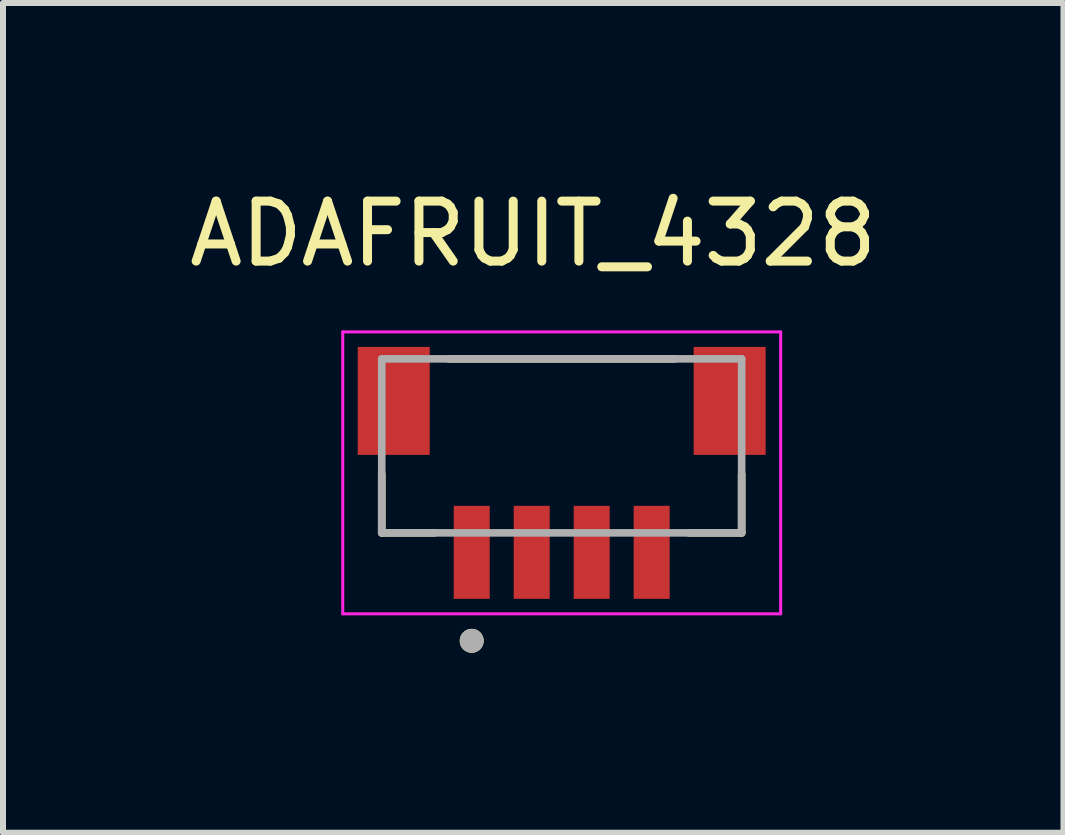
<source format=kicad_pcb>
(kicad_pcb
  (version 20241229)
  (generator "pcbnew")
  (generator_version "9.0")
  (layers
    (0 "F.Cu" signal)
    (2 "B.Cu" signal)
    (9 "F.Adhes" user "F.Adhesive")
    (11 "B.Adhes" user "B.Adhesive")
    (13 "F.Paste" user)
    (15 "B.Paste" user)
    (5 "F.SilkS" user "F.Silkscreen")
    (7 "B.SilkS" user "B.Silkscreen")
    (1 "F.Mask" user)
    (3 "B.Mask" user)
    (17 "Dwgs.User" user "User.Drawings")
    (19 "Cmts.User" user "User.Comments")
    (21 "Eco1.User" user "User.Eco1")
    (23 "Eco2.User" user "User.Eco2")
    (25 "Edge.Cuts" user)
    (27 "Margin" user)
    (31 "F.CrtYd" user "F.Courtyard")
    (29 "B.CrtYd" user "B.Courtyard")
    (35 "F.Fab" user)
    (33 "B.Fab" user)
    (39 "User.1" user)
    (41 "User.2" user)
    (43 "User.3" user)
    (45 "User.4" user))
  (footprint "ADAFRUIT_4328"
    (layer "F.Cu")
    (at 6.314 4.383)
    (property "Reference" "ADAFRUIT_4328" (at -0.475 -3.535 0) (layer "F.SilkS") (effects (font (size 1 1) (thickness 0.15))))
    (attr smd)
    (fp_line (start -3 1.45) (end -3 0.47) (stroke (width 0.127) (type solid)) (layer "F.SilkS"))
    (fp_line (start -2.12 1.45) (end -3 1.45) (stroke (width 0.127) (type solid)) (layer "F.SilkS"))
    (fp_line (start -1.88 -1.45) (end 1.88 -1.45) (stroke (width 0.127) (type solid)) (layer "F.SilkS"))
    (fp_line (start 3 1.45) (end 2.12 1.45) (stroke (width 0.127) (type solid)) (layer "F.SilkS"))
    (fp_line (start 3 1.45) (end 3 0.47) (stroke (width 0.127) (type solid)) (layer "F.SilkS"))
    (fp_circle (center -1.5 3.25) (end -1.4 3.25) (stroke (width 0.2) (type solid)) (fill no) (layer "F.SilkS"))
    (fp_line (start -3.65 -1.9) (end -3.65 2.8) (stroke (width 0.05) (type solid)) (layer "F.CrtYd"))
    (fp_line (start -3.65 2.8) (end 3.65 2.8) (stroke (width 0.05) (type solid)) (layer "F.CrtYd"))
    (fp_line (start 3.65 -1.9) (end -3.65 -1.9) (stroke (width 0.05) (type solid)) (layer "F.CrtYd"))
    (fp_line (start 3.65 2.8) (end 3.65 -1.9) (stroke (width 0.05) (type solid)) (layer "F.CrtYd"))
    (fp_line (start -3 -1.45) (end 3 -1.45) (stroke (width 0.127) (type solid)) (layer "F.Fab"))
    (fp_line (start -3 1.45) (end -3 -1.45) (stroke (width 0.127) (type solid)) (layer "F.Fab"))
    (fp_line (start 3 -1.45) (end 3 1.45) (stroke (width 0.127) (type solid)) (layer "F.Fab"))
    (fp_line (start 3 1.45) (end -3 1.45) (stroke (width 0.127) (type solid)) (layer "F.Fab"))
    (fp_circle (center -1.5 3.25) (end -1.4 3.25) (stroke (width 0.2) (type solid)) (fill no) (layer "F.Fab"))
    (pad "1" smd rect (at -1.5 1.775) (size 0.6 1.55) (layers "F.Cu" "F.Mask" "F.Paste"))
    (pad "2" smd rect (at -0.5 1.775) (size 0.6 1.55) (layers "F.Cu" "F.Mask" "F.Paste"))
    (pad "3" smd rect (at 0.5 1.775) (size 0.6 1.55) (layers "F.Cu" "F.Mask" "F.Paste"))
    (pad "4" smd rect (at 1.5 1.775) (size 0.6 1.55) (layers "F.Cu" "F.Mask" "F.Paste"))
    (pad "SH1" smd rect (at -2.8 -0.75) (size 1.2 1.8) (layers "F.Cu" "F.Mask" "F.Paste"))
    (pad "SH2" smd rect (at 2.8 -0.75) (size 1.2 1.8) (layers "F.Cu" "F.Mask" "F.Paste")))
  (gr_rect
    (start -3 -3)
    (end 14.679 10.833)
    (stroke (width 0.1) (type default))
    (fill no)
    (layer "Edge.Cuts")))
</source>
